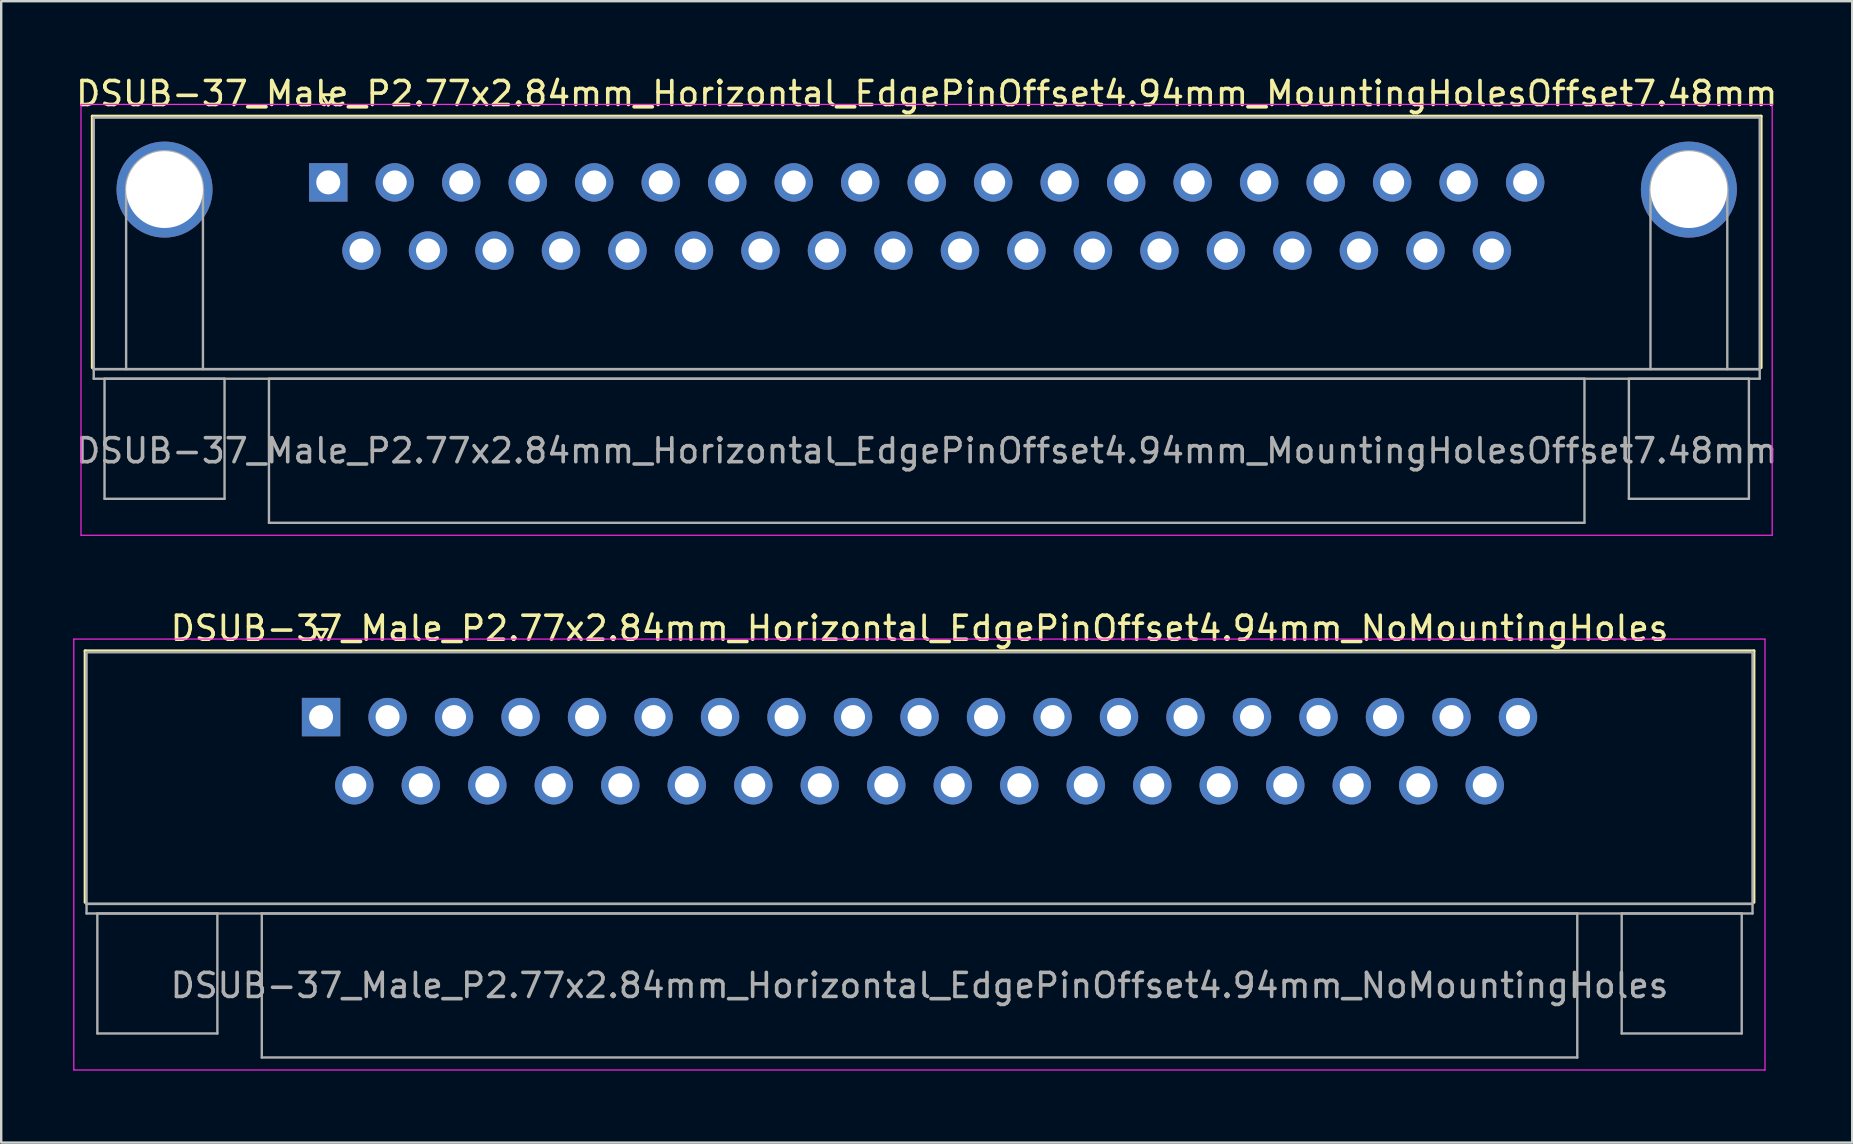
<source format=kicad_pcb>
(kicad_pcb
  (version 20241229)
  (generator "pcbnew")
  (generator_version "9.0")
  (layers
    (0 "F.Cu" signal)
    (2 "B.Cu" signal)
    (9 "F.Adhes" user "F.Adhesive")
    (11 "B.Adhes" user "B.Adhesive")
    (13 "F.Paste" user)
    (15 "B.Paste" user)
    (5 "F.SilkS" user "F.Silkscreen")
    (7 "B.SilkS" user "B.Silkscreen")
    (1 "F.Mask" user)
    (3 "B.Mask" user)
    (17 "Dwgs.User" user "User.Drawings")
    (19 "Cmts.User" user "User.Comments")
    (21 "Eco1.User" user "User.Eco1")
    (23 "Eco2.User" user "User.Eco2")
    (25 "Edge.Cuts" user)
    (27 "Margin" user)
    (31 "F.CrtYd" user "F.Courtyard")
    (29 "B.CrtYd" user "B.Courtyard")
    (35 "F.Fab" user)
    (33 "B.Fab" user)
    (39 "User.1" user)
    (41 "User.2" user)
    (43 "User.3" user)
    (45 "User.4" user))
  (footprint "DSUB-37_Male_P2.77x2.84mm_Horizontal_EdgePinOffset4.94mm_NoMountingHoles"
    (layer "F.Cu")
    (at 10.325 26.822)
    (property "Reference" "DSUB-37_Male_P2.77x2.84mm_Horizontal_EdgePinOffset4.94mm_NoMountingHoles" (at 24.93 -3.7 0) (layer "F.SilkS") (effects (font (size 1 1) (thickness 0.15))))
    (attr through_hole)
    (fp_line (start -9.83 -2.76) (end 59.69 -2.76) (stroke (width 0.12) (type solid)) (layer "F.SilkS"))
    (fp_line (start -9.83 7.72) (end -9.83 -2.76) (stroke (width 0.12) (type solid)) (layer "F.SilkS"))
    (fp_line (start -0.25 -3.654) (end 0.25 -3.654) (stroke (width 0.12) (type solid)) (layer "F.SilkS"))
    (fp_line (start 0 -3.221) (end -0.25 -3.654) (stroke (width 0.12) (type solid)) (layer "F.SilkS"))
    (fp_line (start 0.25 -3.654) (end 0 -3.221) (stroke (width 0.12) (type solid)) (layer "F.SilkS"))
    (fp_line (start 59.69 -2.76) (end 59.69 7.72) (stroke (width 0.12) (type solid)) (layer "F.SilkS"))
    (fp_line (start -10.3 -3.25) (end -10.3 14.7) (stroke (width 0.05) (type solid)) (layer "F.CrtYd"))
    (fp_line (start -10.3 14.7) (end 60.15 14.7) (stroke (width 0.05) (type solid)) (layer "F.CrtYd"))
    (fp_line (start 60.15 -3.25) (end -10.3 -3.25) (stroke (width 0.05) (type solid)) (layer "F.CrtYd"))
    (fp_line (start 60.15 14.7) (end 60.15 -3.25) (stroke (width 0.05) (type solid)) (layer "F.CrtYd"))
    (fp_line (start -9.77 -2.7) (end -9.77 7.78) (stroke (width 0.1) (type solid)) (layer "F.Fab"))
    (fp_line (start -9.77 7.78) (end -9.77 8.18) (stroke (width 0.1) (type solid)) (layer "F.Fab"))
    (fp_line (start -9.77 7.78) (end 59.63 7.78) (stroke (width 0.1) (type solid)) (layer "F.Fab"))
    (fp_line (start -9.77 8.18) (end 59.63 8.18) (stroke (width 0.1) (type solid)) (layer "F.Fab"))
    (fp_line (start -9.32 8.18) (end -9.32 13.18) (stroke (width 0.1) (type solid)) (layer "F.Fab"))
    (fp_line (start -9.32 13.18) (end -4.32 13.18) (stroke (width 0.1) (type solid)) (layer "F.Fab"))
    (fp_line (start -4.32 8.18) (end -9.32 8.18) (stroke (width 0.1) (type solid)) (layer "F.Fab"))
    (fp_line (start -4.32 13.18) (end -4.32 8.18) (stroke (width 0.1) (type solid)) (layer "F.Fab"))
    (fp_line (start -2.47 8.18) (end -2.47 14.18) (stroke (width 0.1) (type solid)) (layer "F.Fab"))
    (fp_line (start -2.47 14.18) (end 52.33 14.18) (stroke (width 0.1) (type solid)) (layer "F.Fab"))
    (fp_line (start 52.33 8.18) (end -2.47 8.18) (stroke (width 0.1) (type solid)) (layer "F.Fab"))
    (fp_line (start 52.33 14.18) (end 52.33 8.18) (stroke (width 0.1) (type solid)) (layer "F.Fab"))
    (fp_line (start 54.18 8.18) (end 54.18 13.18) (stroke (width 0.1) (type solid)) (layer "F.Fab"))
    (fp_line (start 54.18 13.18) (end 59.18 13.18) (stroke (width 0.1) (type solid)) (layer "F.Fab"))
    (fp_line (start 59.18 8.18) (end 54.18 8.18) (stroke (width 0.1) (type solid)) (layer "F.Fab"))
    (fp_line (start 59.18 13.18) (end 59.18 8.18) (stroke (width 0.1) (type solid)) (layer "F.Fab"))
    (fp_line (start 59.63 -2.7) (end -9.77 -2.7) (stroke (width 0.1) (type solid)) (layer "F.Fab"))
    (fp_line (start 59.63 7.78) (end -9.77 7.78) (stroke (width 0.1) (type solid)) (layer "F.Fab"))
    (fp_line (start 59.63 7.78) (end 59.63 -2.7) (stroke (width 0.1) (type solid)) (layer "F.Fab"))
    (fp_line (start 59.63 8.18) (end 59.63 7.78) (stroke (width 0.1) (type solid)) (layer "F.Fab"))
    (fp_text user "${REFERENCE}" (at 24.93 11.18 0) (layer "F.Fab") (effects (font (size 1 1) (thickness 0.15))))
    (pad "1" thru_hole rect (at 0 0) (size 1.6 1.6) (drill 1) (layers "*.Cu" "*.Mask"))
    (pad "2" thru_hole circle (at 2.77 0) (size 1.6 1.6) (drill 1) (layers "*.Cu" "*.Mask"))
    (pad "3" thru_hole circle (at 5.54 0) (size 1.6 1.6) (drill 1) (layers "*.Cu" "*.Mask"))
    (pad "4" thru_hole circle (at 8.31 0) (size 1.6 1.6) (drill 1) (layers "*.Cu" "*.Mask"))
    (pad "5" thru_hole circle (at 11.08 0) (size 1.6 1.6) (drill 1) (layers "*.Cu" "*.Mask"))
    (pad "6" thru_hole circle (at 13.85 0) (size 1.6 1.6) (drill 1) (layers "*.Cu" "*.Mask"))
    (pad "7" thru_hole circle (at 16.62 0) (size 1.6 1.6) (drill 1) (layers "*.Cu" "*.Mask"))
    (pad "8" thru_hole circle (at 19.39 0) (size 1.6 1.6) (drill 1) (layers "*.Cu" "*.Mask"))
    (pad "9" thru_hole circle (at 22.16 0) (size 1.6 1.6) (drill 1) (layers "*.Cu" "*.Mask"))
    (pad "10" thru_hole circle (at 24.93 0) (size 1.6 1.6) (drill 1) (layers "*.Cu" "*.Mask"))
    (pad "11" thru_hole circle (at 27.7 0) (size 1.6 1.6) (drill 1) (layers "*.Cu" "*.Mask"))
    (pad "12" thru_hole circle (at 30.47 0) (size 1.6 1.6) (drill 1) (layers "*.Cu" "*.Mask"))
    (pad "13" thru_hole circle (at 33.24 0) (size 1.6 1.6) (drill 1) (layers "*.Cu" "*.Mask"))
    (pad "14" thru_hole circle (at 36.01 0) (size 1.6 1.6) (drill 1) (layers "*.Cu" "*.Mask"))
    (pad "15" thru_hole circle (at 38.78 0) (size 1.6 1.6) (drill 1) (layers "*.Cu" "*.Mask"))
    (pad "16" thru_hole circle (at 41.55 0) (size 1.6 1.6) (drill 1) (layers "*.Cu" "*.Mask"))
    (pad "17" thru_hole circle (at 44.32 0) (size 1.6 1.6) (drill 1) (layers "*.Cu" "*.Mask"))
    (pad "18" thru_hole circle (at 47.09 0) (size 1.6 1.6) (drill 1) (layers "*.Cu" "*.Mask"))
    (pad "19" thru_hole circle (at 49.86 0) (size 1.6 1.6) (drill 1) (layers "*.Cu" "*.Mask"))
    (pad "20" thru_hole circle (at 1.385 2.84) (size 1.6 1.6) (drill 1) (layers "*.Cu" "*.Mask"))
    (pad "21" thru_hole circle (at 4.155 2.84) (size 1.6 1.6) (drill 1) (layers "*.Cu" "*.Mask"))
    (pad "22" thru_hole circle (at 6.925 2.84) (size 1.6 1.6) (drill 1) (layers "*.Cu" "*.Mask"))
    (pad "23" thru_hole circle (at 9.695 2.84) (size 1.6 1.6) (drill 1) (layers "*.Cu" "*.Mask"))
    (pad "24" thru_hole circle (at 12.465 2.84) (size 1.6 1.6) (drill 1) (layers "*.Cu" "*.Mask"))
    (pad "25" thru_hole circle (at 15.235 2.84) (size 1.6 1.6) (drill 1) (layers "*.Cu" "*.Mask"))
    (pad "26" thru_hole circle (at 18.005 2.84) (size 1.6 1.6) (drill 1) (layers "*.Cu" "*.Mask"))
    (pad "27" thru_hole circle (at 20.775 2.84) (size 1.6 1.6) (drill 1) (layers "*.Cu" "*.Mask"))
    (pad "28" thru_hole circle (at 23.545 2.84) (size 1.6 1.6) (drill 1) (layers "*.Cu" "*.Mask"))
    (pad "29" thru_hole circle (at 26.315 2.84) (size 1.6 1.6) (drill 1) (layers "*.Cu" "*.Mask"))
    (pad "30" thru_hole circle (at 29.085 2.84) (size 1.6 1.6) (drill 1) (layers "*.Cu" "*.Mask"))
    (pad "31" thru_hole circle (at 31.855 2.84) (size 1.6 1.6) (drill 1) (layers "*.Cu" "*.Mask"))
    (pad "32" thru_hole circle (at 34.625 2.84) (size 1.6 1.6) (drill 1) (layers "*.Cu" "*.Mask"))
    (pad "33" thru_hole circle (at 37.395 2.84) (size 1.6 1.6) (drill 1) (layers "*.Cu" "*.Mask"))
    (pad "34" thru_hole circle (at 40.165 2.84) (size 1.6 1.6) (drill 1) (layers "*.Cu" "*.Mask"))
    (pad "35" thru_hole circle (at 42.935 2.84) (size 1.6 1.6) (drill 1) (layers "*.Cu" "*.Mask"))
    (pad "36" thru_hole circle (at 45.705 2.84) (size 1.6 1.6) (drill 1) (layers "*.Cu" "*.Mask"))
    (pad "37" thru_hole circle (at 48.475 2.84) (size 1.6 1.6) (drill 1) (layers "*.Cu" "*.Mask")))
  (footprint "DSUB-37_Male_P2.77x2.84mm_Horizontal_EdgePinOffset4.94mm_MountingHolesOffset7.48mm"
    (layer "F.Cu")
    (at 10.624 4.548)
    (property "Reference" "DSUB-37_Male_P2.77x2.84mm_Horizontal_EdgePinOffset4.94mm_MountingHolesOffset7.48mm" (at 24.93 -3.7 0) (layer "F.SilkS") (effects (font (size 1 1) (thickness 0.15))))
    (attr through_hole)
    (fp_line (start -9.83 -2.76) (end 59.69 -2.76) (stroke (width 0.12) (type solid)) (layer "F.SilkS"))
    (fp_line (start -9.83 7.72) (end -9.83 -2.76) (stroke (width 0.12) (type solid)) (layer "F.SilkS"))
    (fp_line (start -0.25 -3.654) (end 0.25 -3.654) (stroke (width 0.12) (type solid)) (layer "F.SilkS"))
    (fp_line (start 0 -3.221) (end -0.25 -3.654) (stroke (width 0.12) (type solid)) (layer "F.SilkS"))
    (fp_line (start 0.25 -3.654) (end 0 -3.221) (stroke (width 0.12) (type solid)) (layer "F.SilkS"))
    (fp_line (start 59.69 -2.76) (end 59.69 7.72) (stroke (width 0.12) (type solid)) (layer "F.SilkS"))
    (fp_line (start -10.3 -3.25) (end -10.3 14.7) (stroke (width 0.05) (type solid)) (layer "F.CrtYd"))
    (fp_line (start -10.3 14.7) (end 60.15 14.7) (stroke (width 0.05) (type solid)) (layer "F.CrtYd"))
    (fp_line (start 60.15 -3.25) (end -10.3 -3.25) (stroke (width 0.05) (type solid)) (layer "F.CrtYd"))
    (fp_line (start 60.15 14.7) (end 60.15 -3.25) (stroke (width 0.05) (type solid)) (layer "F.CrtYd"))
    (fp_line (start -9.77 -2.7) (end -9.77 7.78) (stroke (width 0.1) (type solid)) (layer "F.Fab"))
    (fp_line (start -9.77 7.78) (end -9.77 8.18) (stroke (width 0.1) (type solid)) (layer "F.Fab"))
    (fp_line (start -9.77 7.78) (end 59.63 7.78) (stroke (width 0.1) (type solid)) (layer "F.Fab"))
    (fp_line (start -9.77 8.18) (end 59.63 8.18) (stroke (width 0.1) (type solid)) (layer "F.Fab"))
    (fp_line (start -9.32 8.18) (end -9.32 13.18) (stroke (width 0.1) (type solid)) (layer "F.Fab"))
    (fp_line (start -9.32 13.18) (end -4.32 13.18) (stroke (width 0.1) (type solid)) (layer "F.Fab"))
    (fp_line (start -8.42 7.78) (end -8.42 0.3) (stroke (width 0.1) (type solid)) (layer "F.Fab"))
    (fp_line (start -5.22 7.78) (end -5.22 0.3) (stroke (width 0.1) (type solid)) (layer "F.Fab"))
    (fp_line (start -4.32 8.18) (end -9.32 8.18) (stroke (width 0.1) (type solid)) (layer "F.Fab"))
    (fp_line (start -4.32 13.18) (end -4.32 8.18) (stroke (width 0.1) (type solid)) (layer "F.Fab"))
    (fp_line (start -2.47 8.18) (end -2.47 14.18) (stroke (width 0.1) (type solid)) (layer "F.Fab"))
    (fp_line (start -2.47 14.18) (end 52.33 14.18) (stroke (width 0.1) (type solid)) (layer "F.Fab"))
    (fp_line (start 52.33 8.18) (end -2.47 8.18) (stroke (width 0.1) (type solid)) (layer "F.Fab"))
    (fp_line (start 52.33 14.18) (end 52.33 8.18) (stroke (width 0.1) (type solid)) (layer "F.Fab"))
    (fp_line (start 54.18 8.18) (end 54.18 13.18) (stroke (width 0.1) (type solid)) (layer "F.Fab"))
    (fp_line (start 54.18 13.18) (end 59.18 13.18) (stroke (width 0.1) (type solid)) (layer "F.Fab"))
    (fp_line (start 55.08 7.78) (end 55.08 0.3) (stroke (width 0.1) (type solid)) (layer "F.Fab"))
    (fp_line (start 58.28 7.78) (end 58.28 0.3) (stroke (width 0.1) (type solid)) (layer "F.Fab"))
    (fp_line (start 59.18 8.18) (end 54.18 8.18) (stroke (width 0.1) (type solid)) (layer "F.Fab"))
    (fp_line (start 59.18 13.18) (end 59.18 8.18) (stroke (width 0.1) (type solid)) (layer "F.Fab"))
    (fp_line (start 59.63 -2.7) (end -9.77 -2.7) (stroke (width 0.1) (type solid)) (layer "F.Fab"))
    (fp_line (start 59.63 7.78) (end -9.77 7.78) (stroke (width 0.1) (type solid)) (layer "F.Fab"))
    (fp_line (start 59.63 7.78) (end 59.63 -2.7) (stroke (width 0.1) (type solid)) (layer "F.Fab"))
    (fp_line (start 59.63 8.18) (end 59.63 7.78) (stroke (width 0.1) (type solid)) (layer "F.Fab"))
    (fp_arc (start -8.42 0.3) (mid -6.82 -1.3) (end -5.22 0.3) (stroke (width 0.1) (type solid)) (layer "F.Fab"))
    (fp_arc (start 55.08 0.3) (mid 56.68 -1.3) (end 58.28 0.3) (stroke (width 0.1) (type solid)) (layer "F.Fab"))
    (fp_text user "${REFERENCE}" (at 24.93 11.18 0) (layer "F.Fab") (effects (font (size 1 1) (thickness 0.15))))
    (pad "0" thru_hole circle (at -6.82 0.3) (size 4 4) (drill 3.2) (layers "*.Cu" "*.Mask"))
    (pad "0" thru_hole circle (at 56.68 0.3) (size 4 4) (drill 3.2) (layers "*.Cu" "*.Mask"))
    (pad "1" thru_hole rect (at 0 0) (size 1.6 1.6) (drill 1) (layers "*.Cu" "*.Mask"))
    (pad "2" thru_hole circle (at 2.77 0) (size 1.6 1.6) (drill 1) (layers "*.Cu" "*.Mask"))
    (pad "3" thru_hole circle (at 5.54 0) (size 1.6 1.6) (drill 1) (layers "*.Cu" "*.Mask"))
    (pad "4" thru_hole circle (at 8.31 0) (size 1.6 1.6) (drill 1) (layers "*.Cu" "*.Mask"))
    (pad "5" thru_hole circle (at 11.08 0) (size 1.6 1.6) (drill 1) (layers "*.Cu" "*.Mask"))
    (pad "6" thru_hole circle (at 13.85 0) (size 1.6 1.6) (drill 1) (layers "*.Cu" "*.Mask"))
    (pad "7" thru_hole circle (at 16.62 0) (size 1.6 1.6) (drill 1) (layers "*.Cu" "*.Mask"))
    (pad "8" thru_hole circle (at 19.39 0) (size 1.6 1.6) (drill 1) (layers "*.Cu" "*.Mask"))
    (pad "9" thru_hole circle (at 22.16 0) (size 1.6 1.6) (drill 1) (layers "*.Cu" "*.Mask"))
    (pad "10" thru_hole circle (at 24.93 0) (size 1.6 1.6) (drill 1) (layers "*.Cu" "*.Mask"))
    (pad "11" thru_hole circle (at 27.7 0) (size 1.6 1.6) (drill 1) (layers "*.Cu" "*.Mask"))
    (pad "12" thru_hole circle (at 30.47 0) (size 1.6 1.6) (drill 1) (layers "*.Cu" "*.Mask"))
    (pad "13" thru_hole circle (at 33.24 0) (size 1.6 1.6) (drill 1) (layers "*.Cu" "*.Mask"))
    (pad "14" thru_hole circle (at 36.01 0) (size 1.6 1.6) (drill 1) (layers "*.Cu" "*.Mask"))
    (pad "15" thru_hole circle (at 38.78 0) (size 1.6 1.6) (drill 1) (layers "*.Cu" "*.Mask"))
    (pad "16" thru_hole circle (at 41.55 0) (size 1.6 1.6) (drill 1) (layers "*.Cu" "*.Mask"))
    (pad "17" thru_hole circle (at 44.32 0) (size 1.6 1.6) (drill 1) (layers "*.Cu" "*.Mask"))
    (pad "18" thru_hole circle (at 47.09 0) (size 1.6 1.6) (drill 1) (layers "*.Cu" "*.Mask"))
    (pad "19" thru_hole circle (at 49.86 0) (size 1.6 1.6) (drill 1) (layers "*.Cu" "*.Mask"))
    (pad "20" thru_hole circle (at 1.385 2.84) (size 1.6 1.6) (drill 1) (layers "*.Cu" "*.Mask"))
    (pad "21" thru_hole circle (at 4.155 2.84) (size 1.6 1.6) (drill 1) (layers "*.Cu" "*.Mask"))
    (pad "22" thru_hole circle (at 6.925 2.84) (size 1.6 1.6) (drill 1) (layers "*.Cu" "*.Mask"))
    (pad "23" thru_hole circle (at 9.695 2.84) (size 1.6 1.6) (drill 1) (layers "*.Cu" "*.Mask"))
    (pad "24" thru_hole circle (at 12.465 2.84) (size 1.6 1.6) (drill 1) (layers "*.Cu" "*.Mask"))
    (pad "25" thru_hole circle (at 15.235 2.84) (size 1.6 1.6) (drill 1) (layers "*.Cu" "*.Mask"))
    (pad "26" thru_hole circle (at 18.005 2.84) (size 1.6 1.6) (drill 1) (layers "*.Cu" "*.Mask"))
    (pad "27" thru_hole circle (at 20.775 2.84) (size 1.6 1.6) (drill 1) (layers "*.Cu" "*.Mask"))
    (pad "28" thru_hole circle (at 23.545 2.84) (size 1.6 1.6) (drill 1) (layers "*.Cu" "*.Mask"))
    (pad "29" thru_hole circle (at 26.315 2.84) (size 1.6 1.6) (drill 1) (layers "*.Cu" "*.Mask"))
    (pad "30" thru_hole circle (at 29.085 2.84) (size 1.6 1.6) (drill 1) (layers "*.Cu" "*.Mask"))
    (pad "31" thru_hole circle (at 31.855 2.84) (size 1.6 1.6) (drill 1) (layers "*.Cu" "*.Mask"))
    (pad "32" thru_hole circle (at 34.625 2.84) (size 1.6 1.6) (drill 1) (layers "*.Cu" "*.Mask"))
    (pad "33" thru_hole circle (at 37.395 2.84) (size 1.6 1.6) (drill 1) (layers "*.Cu" "*.Mask"))
    (pad "34" thru_hole circle (at 40.165 2.84) (size 1.6 1.6) (drill 1) (layers "*.Cu" "*.Mask"))
    (pad "35" thru_hole circle (at 42.935 2.84) (size 1.6 1.6) (drill 1) (layers "*.Cu" "*.Mask"))
    (pad "36" thru_hole circle (at 45.705 2.84) (size 1.6 1.6) (drill 1) (layers "*.Cu" "*.Mask"))
    (pad "37" thru_hole circle (at 48.475 2.84) (size 1.6 1.6) (drill 1) (layers "*.Cu" "*.Mask")))
  (gr_rect
    (start -3 -3)
    (end 74.107 44.547)
    (stroke (width 0.1) (type default))
    (fill no)
    (layer "Edge.Cuts")))
</source>
